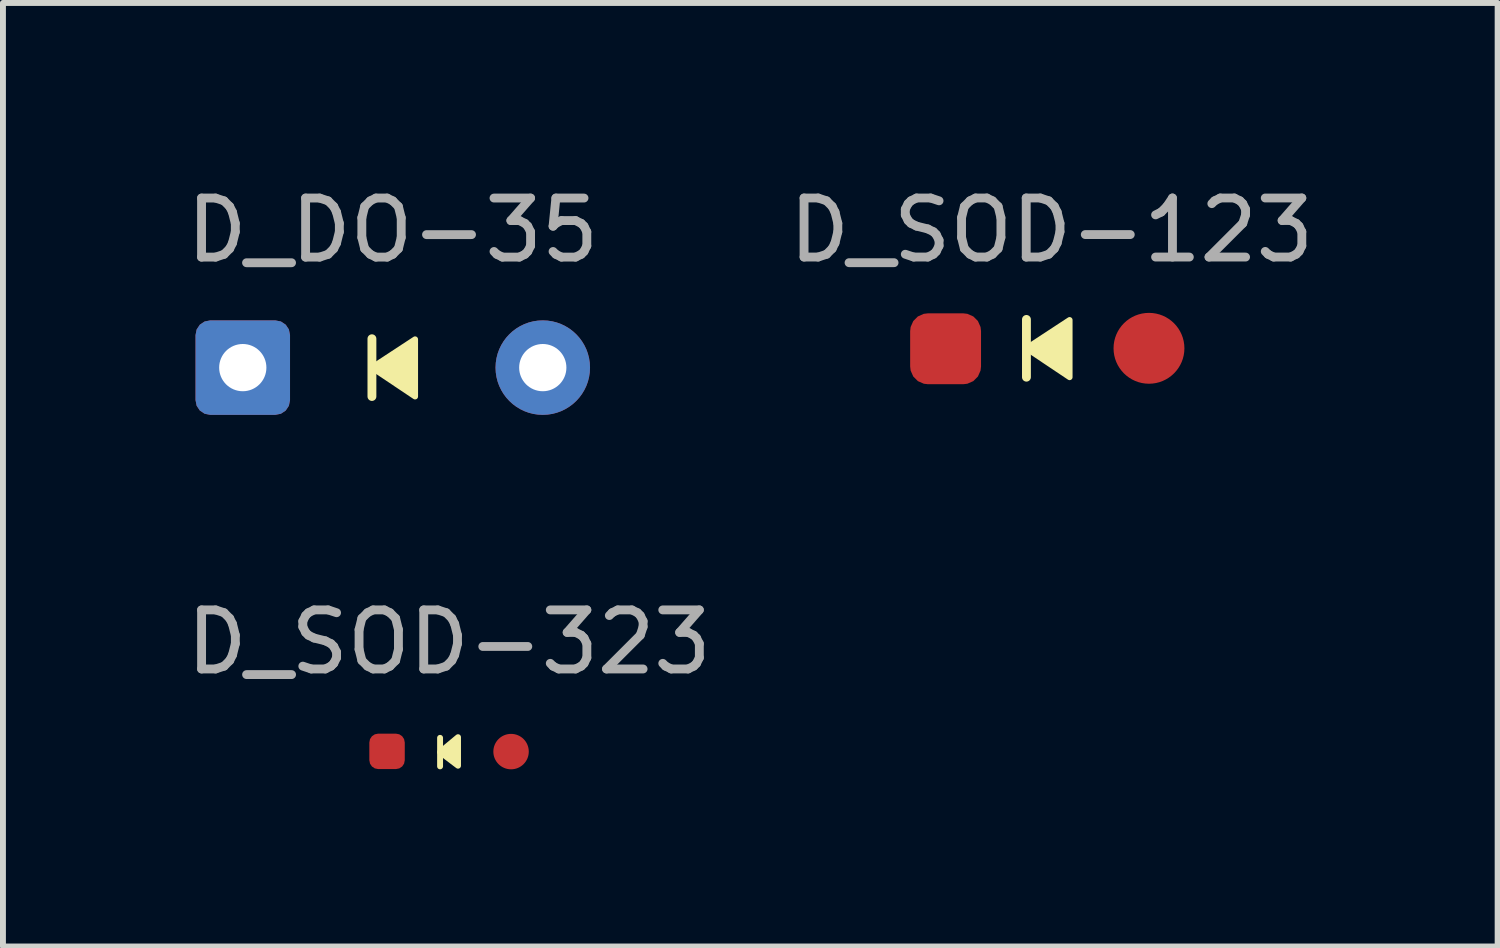
<source format=kicad_pcb>
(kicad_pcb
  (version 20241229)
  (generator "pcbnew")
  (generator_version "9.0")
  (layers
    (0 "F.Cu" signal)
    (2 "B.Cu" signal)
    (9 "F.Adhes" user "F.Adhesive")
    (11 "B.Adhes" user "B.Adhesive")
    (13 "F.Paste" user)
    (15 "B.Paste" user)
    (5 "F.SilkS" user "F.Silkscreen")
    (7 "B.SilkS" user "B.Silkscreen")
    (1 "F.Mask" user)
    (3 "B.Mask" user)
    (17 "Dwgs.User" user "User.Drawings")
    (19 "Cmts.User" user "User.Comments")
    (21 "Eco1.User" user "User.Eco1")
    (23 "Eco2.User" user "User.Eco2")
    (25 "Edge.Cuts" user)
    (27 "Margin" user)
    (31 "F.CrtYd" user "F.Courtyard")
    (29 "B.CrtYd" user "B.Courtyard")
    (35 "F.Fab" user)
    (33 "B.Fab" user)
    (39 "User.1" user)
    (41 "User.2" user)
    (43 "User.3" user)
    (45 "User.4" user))
  (footprint "D_SOD-323"
    (layer "F.Cu")
    (at 4.554 9.673)
    (property "Reference" "D_SOD-323" (at 0 -1.85 0) (layer "F.Fab") (effects (font (size 1 1) (thickness 0.15))))
    (attr smd)
    (fp_line (start -0.152 -0.229) (end -0.152 0.254) (stroke (width 0.1) (type solid)) (layer "F.SilkS"))
    (fp_poly (pts (xy 0.152 -0.24) (xy -0.152 0.013) (xy 0.152 0.243)) (stroke (width 0.1) (type solid)) (fill yes) (layer "F.SilkS"))
    (pad "1" smd roundrect (at -1.05 0) (size 0.6 0.6) (layers "F.Cu" "F.Mask" "F.Paste") (roundrect_rratio 0.25))
    (pad "2" smd circle (at 1.05 0.004) (size 0.6 0.6) (layers "F.Cu" "F.Mask" "F.Paste")))
  (footprint "D_DO-35"
    (layer "F.Cu")
    (at 1.061 3.175)
    (property "Reference" "D_DO-35" (at 2.54 -2.326 0) (layer "F.Fab") (effects (font (size 1 1) (thickness 0.15))))
    (attr through_hole)
    (fp_line (start 2.187 -0.489) (end 2.187 0.489) (stroke (width 0.15) (type solid)) (layer "F.SilkS"))
    (fp_poly (pts (xy 2.918 -0.479) (xy 2.918 0.489) (xy 2.187 0.000018)) (stroke (width 0.1) (type solid)) (fill yes) (layer "F.SilkS"))
    (pad "1" thru_hole roundrect (at 0 0) (size 1.6 1.6) (drill 0.8) (layers "*.Cu" "*.Mask") (roundrect_rratio 0.156))
    (pad "2" thru_hole circle (at 5.08 0) (size 1.6 1.6) (drill 0.8) (layers "*.Cu" "*.Mask")))
  (footprint "D_SOD-123"
    (layer "F.Cu")
    (at 14.756 2.848)
    (property "Reference" "D_SOD-123" (at 0 -2 0) (layer "F.Fab") (effects (font (size 1 1) (thickness 0.15))))
    (attr smd)
    (fp_line (start -0.425 -0.489) (end -0.425 0.489) (stroke (width 0.15) (type solid)) (layer "F.SilkS"))
    (fp_poly (pts (xy 0.306 -0.479) (xy 0.306 0.489) (xy -0.425 0)) (stroke (width 0.1) (type solid)) (fill yes) (layer "F.SilkS"))
    (pad "1" smd roundrect (at -1.794 0.008) (size 1.2 1.2) (layers "F.Cu" "F.Mask" "F.Paste") (roundrect_rratio 0.25))
    (pad "2" smd circle (at 1.65 0) (size 1.2 1.2) (layers "F.Cu" "F.Mask" "F.Paste")))
  (gr_rect
    (start -3 -3)
    (end 22.31 12.977)
    (stroke (width 0.1) (type default))
    (fill no)
    (layer "Edge.Cuts")))
</source>
